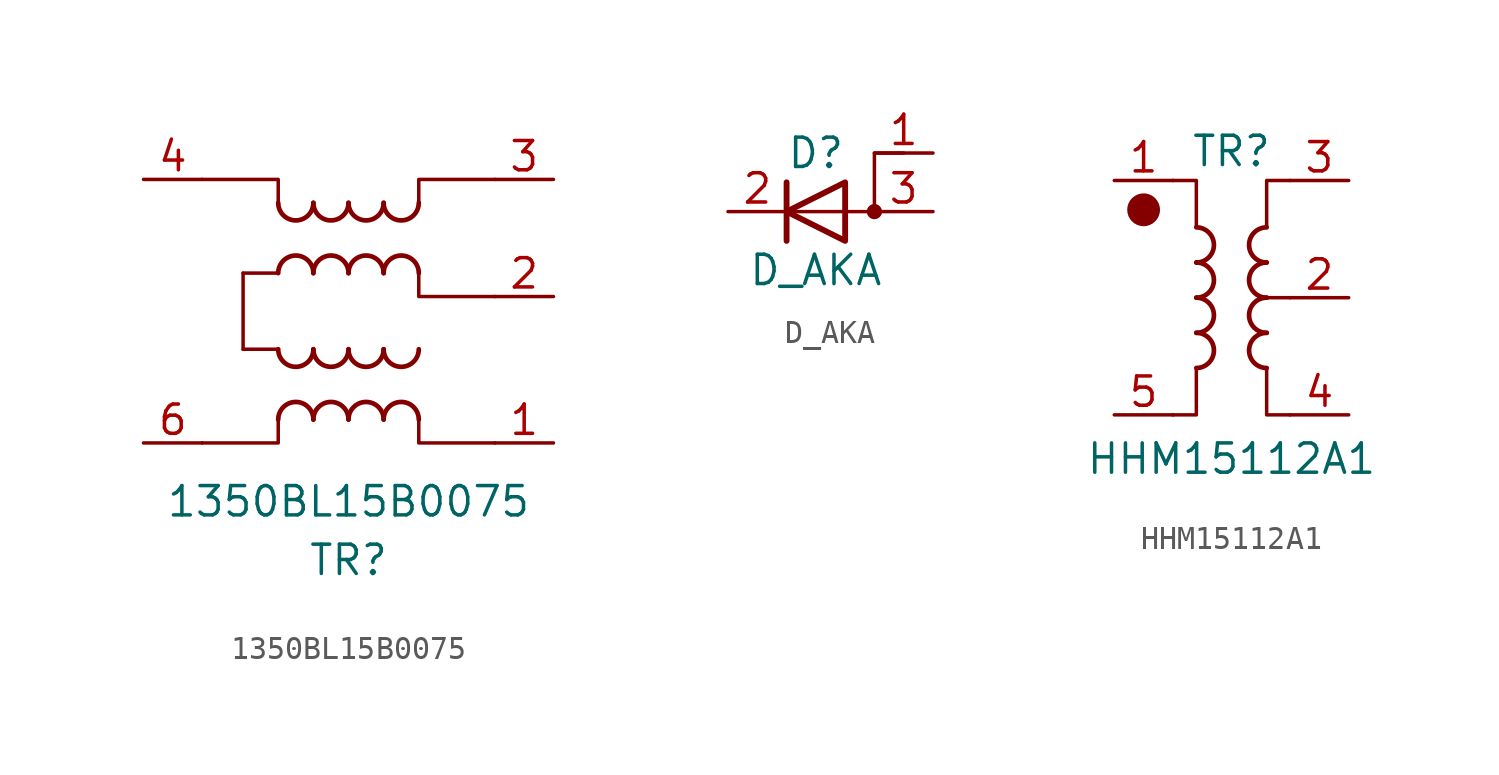
<source format=kicad_sym>
(kicad_symbol_lib
  (version 20211014)
  (generator kicad_symbol_editor)
  (symbol "1350BL15B0075"
    (pin_names hide)
    (property "Reference" "TR"
      (at 0 -11.43 0)
      (effects (font (size 1.27 1.27))))
    (property "Value" "1350BL15B0075"
      (at 0 -8.89 0)
      (effects (font (size 1.27 1.27))))
    (symbol "1350BL15B0075_0_1"
      (arc (start -3.048 -2.286) (mid -2.286 -3.048) (end -1.524 -2.286) (stroke (width 0.2032) (type default) (color 0 0 0 0)) (fill (type none)))
      (arc (start -3.048 4.064) (mid -2.286 3.302) (end -1.524 4.064) (stroke (width 0.2032) (type default) (color 0 0 0 0)) (fill (type none)))
      (arc (start -1.524 -5.334) (mid -2.286 -4.572) (end -3.048 -5.334) (stroke (width 0.2032) (type default) (color 0 0 0 0)) (fill (type none)))
      (arc (start -1.524 -2.286) (mid -0.762 -3.048) (end 0 -2.286) (stroke (width 0.2032) (type default) (color 0 0 0 0)) (fill (type none)))
      (arc (start -1.524 1.016) (mid -2.286 1.778) (end -3.048 1.016) (stroke (width 0.2032) (type default) (color 0 0 0 0)) (fill (type none)))
      (arc (start -1.524 4.064) (mid -0.762 3.302) (end 0 4.064) (stroke (width 0.2032) (type default) (color 0 0 0 0)) (fill (type none)))
      (arc (start 0 -5.334) (mid -0.762 -4.572) (end -1.524 -5.334) (stroke (width 0.2032) (type default) (color 0 0 0 0)) (fill (type none)))
      (arc (start 0 -2.286) (mid 0.762 -3.048) (end 1.524 -2.286) (stroke (width 0.2032) (type default) (color 0 0 0 0)) (fill (type none)))
      (polyline (pts (xy -4.572 1.016) (xy -4.572 -2.286)) (stroke (width 0.152) (type default) (color 0 0 0 0)) (fill (type none)))
      (polyline (pts (xy -4.572 1.016) (xy -3.048 1.016)) (stroke (width 0) (type default) (color 0 0 0 0)) (fill (type none)))
      (polyline (pts (xy -3.048 -2.286) (xy -4.572 -2.286)) (stroke (width 0) (type default) (color 0 0 0 0)) (fill (type none)))
      (polyline (pts (xy -6.35 -6.35) (xy -3.048 -6.35) (xy -3.048 -5.334)) (stroke (width 0.152) (type default) (color 0 0 0 0)) (fill (type none)))
      (polyline (pts (xy -6.35 5.08) (xy -3.048 5.08) (xy -3.048 4.064)) (stroke (width 0.152) (type default) (color 0 0 0 0)) (fill (type none)))
      (polyline (pts (xy 3.048 -5.334) (xy 3.048 -6.35) (xy 6.35 -6.35)) (stroke (width 0) (type default) (color 0 0 0 0)) (fill (type none)))
      (polyline (pts (xy 3.048 1.016) (xy 3.048 0) (xy 6.35 0)) (stroke (width 0) (type default) (color 0 0 0 0)) (fill (type none)))
      (polyline (pts (xy 3.048 4.064) (xy 3.048 5.08) (xy 6.35 5.08)) (stroke (width 0) (type default) (color 0 0 0 0)) (fill (type none)))
      (arc (start 0 1.016) (mid -0.762 1.778) (end -1.524 1.016) (stroke (width 0.2032) (type default) (color 0 0 0 0)) (fill (type none)))
      (arc (start 0 4.064) (mid 0.762 3.302) (end 1.524 4.064) (stroke (width 0.2032) (type default) (color 0 0 0 0)) (fill (type none)))
      (arc (start 1.524 -5.334) (mid 0.762 -4.572) (end 0 -5.334) (stroke (width 0.2032) (type default) (color 0 0 0 0)) (fill (type none)))
      (arc (start 1.524 -2.286) (mid 2.286 -3.048) (end 3.048 -2.286) (stroke (width 0.2032) (type default) (color 0 0 0 0)) (fill (type none)))
      (arc (start 1.524 1.016) (mid 0.762 1.778) (end 0 1.016) (stroke (width 0.2032) (type default) (color 0 0 0 0)) (fill (type none)))
      (arc (start 1.524 4.064) (mid 2.286 3.302) (end 3.048 4.064) (stroke (width 0.2032) (type default) (color 0 0 0 0)) (fill (type none)))
      (arc (start 3.048 -5.334) (mid 2.286 -4.572) (end 1.524 -5.334) (stroke (width 0.2032) (type default) (color 0 0 0 0)) (fill (type none)))
      (arc (start 3.048 1.016) (mid 2.286 1.778) (end 1.524 1.016) (stroke (width 0.2032) (type default) (color 0 0 0 0)) (fill (type none))))
    (symbol "1350BL15B0075_1_1"
      (pin passive line (at 8.89 -6.35 180) (length 2.54) (name "~" (effects (font (size 1.27 1.27)))) (number "1" (effects (font (size 1.27 1.27)))))
      (pin passive line (at 8.89 0 180) (length 2.54) (name "~" (effects (font (size 1.27 1.27)))) (number "2" (effects (font (size 1.27 1.27)))))
      (pin passive line (at 8.89 5.08 180) (length 2.54) (name "~" (effects (font (size 1.27 1.27)))) (number "3" (effects (font (size 1.27 1.27)))))
      (pin passive line (at -8.89 5.08 0) (length 2.54) (name "~" (effects (font (size 1.27 1.27)))) (number "4" (effects (font (size 1.27 1.27)))))
      (pin passive line (at -8.89 -6.35 0) (length 2.54) (name "~" (effects (font (size 1.27 1.27)))) (number "6" (effects (font (size 1.27 1.27)))))))
  (symbol "D_AKA"
    (pin_names
      (offset 0) hide)
    (property "Reference" "D"
      (at 0 2.54 0)
      (effects (font (size 1.27 1.27))))
    (property "Value" "D_AKA"
      (at 0 -2.54 0)
      (effects (font (size 1.27 1.27))))
    (symbol "D_AKA_0_1"
      (polyline (pts (xy -1.27 1.27) (xy -1.27 -1.27)) (stroke (width 0.254) (type default) (color 0 0 0 0)) (fill (type none)))
      (polyline (pts (xy 1.27 1.27) (xy 1.27 -1.27) (xy -1.27 0) (xy 1.27 1.27)) (stroke (width 0.254) (type default) (color 0 0 0 0)) (fill (type none)))
      (polyline (pts (xy 3.81 2.54) (xy 2.54 2.54) (xy 2.54 0) (xy -1.27 0)) (stroke (width 0) (type default) (color 0 0 0 0)) (fill (type none)))
      (circle (center 2.54 0) (radius 0.254) (stroke (width 0) (type default) (color 0 0 0 0)) (fill (type outline))))
    (symbol "D_AKA_1_1"
      (pin passive line (at 5.08 2.54 180) (length 2.54) (name "A" (effects (font (size 1.27 1.27)))) (number "1" (effects (font (size 1.27 1.27)))))
      (pin passive line (at -3.81 0 0) (length 2.54) (name "K" (effects (font (size 1.27 1.27)))) (number "2" (effects (font (size 1.27 1.27)))))
      (pin passive line (at 5.08 0 180) (length 2.54) (name "A" (effects (font (size 1.27 1.27)))) (number "3" (effects (font (size 1.27 1.27)))))))
  (symbol "HHM15112A1"
    (pin_names hide)
    (property "Reference" "TR"
      (at 0 6.35 0)
      (effects (font (size 1.27 1.27))))
    (property "Value" "HHM15112A1"
      (at 0 -6.985 0)
      (effects (font (size 1.27 1.27))))
    (symbol "HHM15112A1_0_1"
      (circle (center -3.81 3.81) (radius 0.635) (stroke (width 0) (type default) (color 0 0 0 0)) (fill (type outline)))
      (arc (start -1.524 -3.048) (mid -0.762 -2.286) (end -1.524 -1.524) (stroke (width 0.2032) (type default) (color 0 0 0 0)) (fill (type none)))
      (arc (start -1.524 -1.524) (mid -0.762 -0.762) (end -1.524 0) (stroke (width 0.2032) (type default) (color 0 0 0 0)) (fill (type none)))
      (arc (start -1.524 0) (mid -0.762 0.762) (end -1.524 1.524) (stroke (width 0.2032) (type default) (color 0 0 0 0)) (fill (type none)))
      (arc (start -1.524 1.524) (mid -0.762 2.286) (end -1.524 3.048) (stroke (width 0.2032) (type default) (color 0 0 0 0)) (fill (type none)))
      (polyline (pts (xy 2.54 0) (xy 1.27 0)) (stroke (width 0.152) (type default) (color 0 0 0 0)) (fill (type none)))
      (polyline (pts (xy -2.54 5.08) (xy -1.524 5.08) (xy -1.524 3.048)) (stroke (width 0.152) (type default) (color 0 0 0 0)) (fill (type none)))
      (polyline (pts (xy -1.524 -3.048) (xy -1.524 -5.08) (xy -2.54 -5.08)) (stroke (width 0.152) (type default) (color 0 0 0 0)) (fill (type none)))
      (polyline (pts (xy 1.524 3.048) (xy 1.524 5.08) (xy 2.54 5.08)) (stroke (width 0.152) (type default) (color 0 0 0 0)) (fill (type none)))
      (polyline (pts (xy 2.54 -5.08) (xy 1.524 -5.08) (xy 1.524 -3.048)) (stroke (width 0.152) (type default) (color 0 0 0 0)) (fill (type none)))
      (arc (start 1.524 -1.524) (mid 0.762 -2.286) (end 1.524 -3.048) (stroke (width 0.2032) (type default) (color 0 0 0 0)) (fill (type none)))
      (arc (start 1.524 0) (mid 0.762 -0.762) (end 1.524 -1.524) (stroke (width 0.2032) (type default) (color 0 0 0 0)) (fill (type none)))
      (arc (start 1.524 1.524) (mid 0.762 0.762) (end 1.524 0) (stroke (width 0.2032) (type default) (color 0 0 0 0)) (fill (type none)))
      (arc (start 1.524 3.048) (mid 0.762 2.286) (end 1.524 1.524) (stroke (width 0.2032) (type default) (color 0 0 0 0)) (fill (type none))))
    (symbol "HHM15112A1_1_1"
      (pin passive line (at -5.08 5.08 0) (length 2.54) (name "~" (effects (font (size 1.27 1.27)))) (number "1" (effects (font (size 1.27 1.27)))))
      (pin passive line (at 5.08 0 180) (length 2.54) (name "~" (effects (font (size 1.27 1.27)))) (number "2" (effects (font (size 1.27 1.27)))))
      (pin passive line (at 5.08 5.08 180) (length 2.54) (name "~" (effects (font (size 1.27 1.27)))) (number "3" (effects (font (size 1.27 1.27)))))
      (pin passive line (at 5.08 -5.08 180) (length 2.54) (name "~" (effects (font (size 1.27 1.27)))) (number "4" (effects (font (size 1.27 1.27)))))
      (pin passive line (at -5.08 -5.08 0) (length 2.54) (name "~" (effects (font (size 1.27 1.27)))) (number "5" (effects (font (size 1.27 1.27)))))
      (pin no_connect line (at -2.54 0 0) (length 2.54) hide (name "~" (effects (font (size 1.27 1.27)))) (number "5" (effects (font (size 1.27 1.27))))))))
</source>
